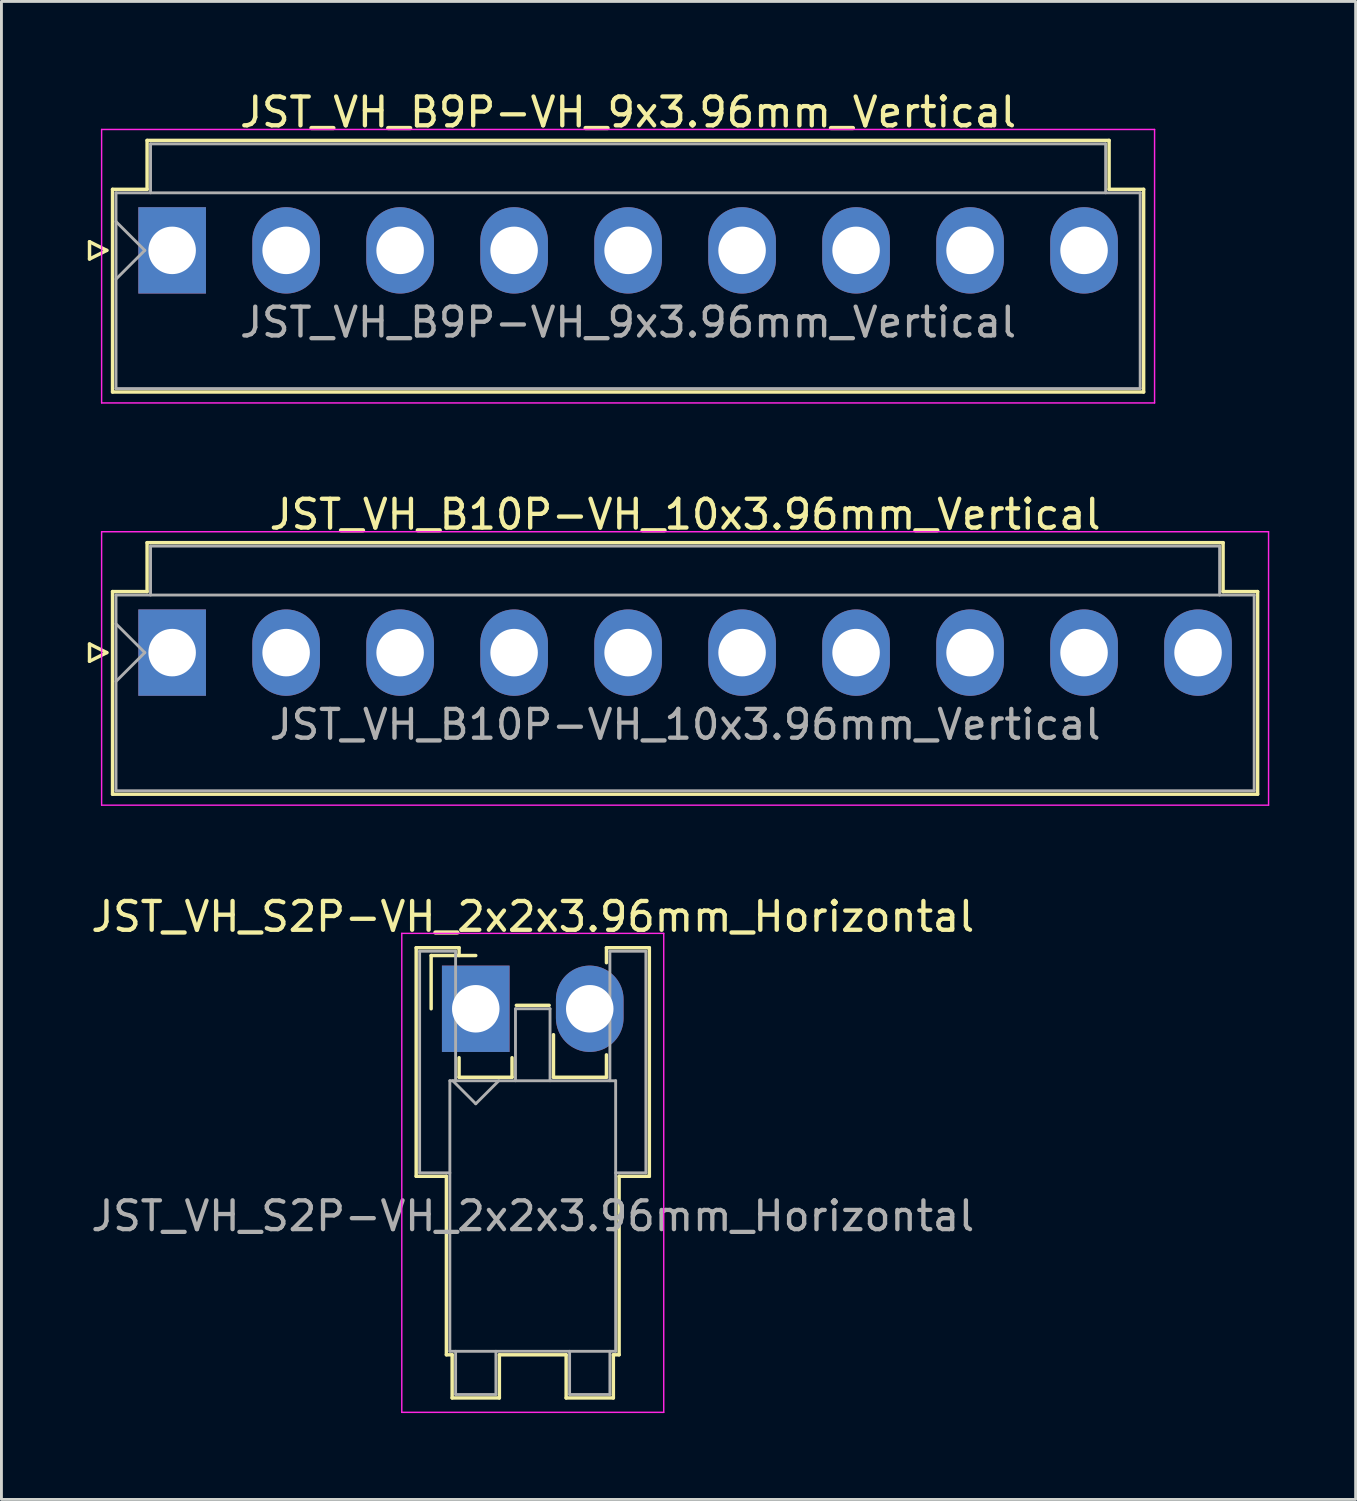
<source format=kicad_pcb>
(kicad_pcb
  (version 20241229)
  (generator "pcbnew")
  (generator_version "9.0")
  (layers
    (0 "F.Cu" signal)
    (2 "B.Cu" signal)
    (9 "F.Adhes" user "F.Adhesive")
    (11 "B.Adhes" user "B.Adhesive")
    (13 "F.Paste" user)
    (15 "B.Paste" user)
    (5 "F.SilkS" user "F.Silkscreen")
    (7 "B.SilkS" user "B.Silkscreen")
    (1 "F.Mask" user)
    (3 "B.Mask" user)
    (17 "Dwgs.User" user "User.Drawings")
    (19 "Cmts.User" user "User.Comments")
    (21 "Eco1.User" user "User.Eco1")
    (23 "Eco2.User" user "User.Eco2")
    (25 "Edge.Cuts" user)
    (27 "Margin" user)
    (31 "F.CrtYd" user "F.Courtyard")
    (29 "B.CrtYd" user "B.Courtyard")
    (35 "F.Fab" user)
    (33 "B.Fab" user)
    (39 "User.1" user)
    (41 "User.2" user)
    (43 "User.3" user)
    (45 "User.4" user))
  (footprint "JST_VH_B10P-VH_10x3.96mm_Vertical"
    (layer "F.Cu")
    (at 2.93 19.622)
    (property "Reference" "JST_VH_B10P-VH_10x3.96mm_Vertical" (at 17.82 -4.8 0) (layer "F.SilkS") (effects (font (size 1 1) (thickness 0.15))))
    (attr through_hole)
    (fp_line (start -2.87 -0.3) (end -2.27 0) (stroke (width 0.12) (type solid)) (layer "F.SilkS"))
    (fp_line (start -2.87 0.3) (end -2.87 -0.3) (stroke (width 0.12) (type solid)) (layer "F.SilkS"))
    (fp_line (start -2.27 0) (end -2.87 0.3) (stroke (width 0.12) (type solid)) (layer "F.SilkS"))
    (fp_line (start -2.07 -2.12) (end -0.87 -2.12) (stroke (width 0.12) (type solid)) (layer "F.SilkS"))
    (fp_line (start -2.07 4.92) (end -2.07 -2.12) (stroke (width 0.12) (type solid)) (layer "F.SilkS"))
    (fp_line (start -0.87 -3.82) (end 36.51 -3.82) (stroke (width 0.12) (type solid)) (layer "F.SilkS"))
    (fp_line (start -0.87 -2.12) (end -0.87 -3.82) (stroke (width 0.12) (type solid)) (layer "F.SilkS"))
    (fp_line (start 36.51 -3.82) (end 36.51 -2.12) (stroke (width 0.12) (type solid)) (layer "F.SilkS"))
    (fp_line (start 36.51 -2.12) (end 37.71 -2.12) (stroke (width 0.12) (type solid)) (layer "F.SilkS"))
    (fp_line (start 37.71 -2.12) (end 37.71 4.92) (stroke (width 0.12) (type solid)) (layer "F.SilkS"))
    (fp_line (start 37.71 4.92) (end -2.07 4.92) (stroke (width 0.12) (type solid)) (layer "F.SilkS"))
    (fp_line (start -2.45 -4.2) (end -2.45 5.3) (stroke (width 0.05) (type solid)) (layer "F.CrtYd"))
    (fp_line (start -2.45 5.3) (end 38.09 5.3) (stroke (width 0.05) (type solid)) (layer "F.CrtYd"))
    (fp_line (start 38.09 -4.2) (end -2.45 -4.2) (stroke (width 0.05) (type solid)) (layer "F.CrtYd"))
    (fp_line (start 38.09 5.3) (end 38.09 -4.2) (stroke (width 0.05) (type solid)) (layer "F.CrtYd"))
    (fp_line (start -1.95 -2) (end -1.95 4.8) (stroke (width 0.1) (type solid)) (layer "F.Fab"))
    (fp_line (start -1.95 -1) (end -0.95 0) (stroke (width 0.1) (type solid)) (layer "F.Fab"))
    (fp_line (start -1.95 1) (end -0.95 0) (stroke (width 0.1) (type solid)) (layer "F.Fab"))
    (fp_line (start -1.95 4.8) (end 37.59 4.8) (stroke (width 0.1) (type solid)) (layer "F.Fab"))
    (fp_line (start -0.75 -3.7) (end 36.39 -3.7) (stroke (width 0.1) (type solid)) (layer "F.Fab"))
    (fp_line (start -0.75 -2) (end -0.75 -3.7) (stroke (width 0.1) (type solid)) (layer "F.Fab"))
    (fp_line (start 36.39 -3.7) (end 36.39 -2) (stroke (width 0.1) (type solid)) (layer "F.Fab"))
    (fp_line (start 37.59 -2) (end -1.95 -2) (stroke (width 0.1) (type solid)) (layer "F.Fab"))
    (fp_line (start 37.59 4.8) (end 37.59 -2) (stroke (width 0.1) (type solid)) (layer "F.Fab"))
    (fp_text user "${REFERENCE}" (at 17.82 2.5 0) (layer "F.Fab") (effects (font (size 1 1) (thickness 0.15))))
    (pad "1" thru_hole rect (at 0 0) (size 2.35 3) (drill 1.65) (layers "*.Cu" "*.Mask"))
    (pad "2" thru_hole oval (at 3.96 0) (size 2.35 3) (drill 1.65) (layers "*.Cu" "*.Mask"))
    (pad "3" thru_hole oval (at 7.92 0) (size 2.35 3) (drill 1.65) (layers "*.Cu" "*.Mask"))
    (pad "4" thru_hole oval (at 11.88 0) (size 2.35 3) (drill 1.65) (layers "*.Cu" "*.Mask"))
    (pad "5" thru_hole oval (at 15.84 0) (size 2.35 3) (drill 1.65) (layers "*.Cu" "*.Mask"))
    (pad "6" thru_hole oval (at 19.8 0) (size 2.35 3) (drill 1.65) (layers "*.Cu" "*.Mask"))
    (pad "7" thru_hole oval (at 23.76 0) (size 2.35 3) (drill 1.65) (layers "*.Cu" "*.Mask"))
    (pad "8" thru_hole oval (at 27.72 0) (size 2.35 3) (drill 1.65) (layers "*.Cu" "*.Mask"))
    (pad "9" thru_hole oval (at 31.68 0) (size 2.35 3) (drill 1.65) (layers "*.Cu" "*.Mask"))
    (pad "10" thru_hole oval (at 35.64 0) (size 2.35 3) (drill 1.65) (layers "*.Cu" "*.Mask")))
  (footprint "JST_VH_B9P-VH_9x3.96mm_Vertical"
    (layer "F.Cu")
    (at 2.93 5.648)
    (property "Reference" "JST_VH_B9P-VH_9x3.96mm_Vertical" (at 15.84 -4.8 0) (layer "F.SilkS") (effects (font (size 1 1) (thickness 0.15))))
    (attr through_hole)
    (fp_line (start -2.87 -0.3) (end -2.27 0) (stroke (width 0.12) (type solid)) (layer "F.SilkS"))
    (fp_line (start -2.87 0.3) (end -2.87 -0.3) (stroke (width 0.12) (type solid)) (layer "F.SilkS"))
    (fp_line (start -2.27 0) (end -2.87 0.3) (stroke (width 0.12) (type solid)) (layer "F.SilkS"))
    (fp_line (start -2.07 -2.12) (end -0.87 -2.12) (stroke (width 0.12) (type solid)) (layer "F.SilkS"))
    (fp_line (start -2.07 4.92) (end -2.07 -2.12) (stroke (width 0.12) (type solid)) (layer "F.SilkS"))
    (fp_line (start -0.87 -3.82) (end 32.55 -3.82) (stroke (width 0.12) (type solid)) (layer "F.SilkS"))
    (fp_line (start -0.87 -2.12) (end -0.87 -3.82) (stroke (width 0.12) (type solid)) (layer "F.SilkS"))
    (fp_line (start 32.55 -3.82) (end 32.55 -2.12) (stroke (width 0.12) (type solid)) (layer "F.SilkS"))
    (fp_line (start 32.55 -2.12) (end 33.75 -2.12) (stroke (width 0.12) (type solid)) (layer "F.SilkS"))
    (fp_line (start 33.75 -2.12) (end 33.75 4.92) (stroke (width 0.12) (type solid)) (layer "F.SilkS"))
    (fp_line (start 33.75 4.92) (end -2.07 4.92) (stroke (width 0.12) (type solid)) (layer "F.SilkS"))
    (fp_line (start -2.45 -4.2) (end -2.45 5.3) (stroke (width 0.05) (type solid)) (layer "F.CrtYd"))
    (fp_line (start -2.45 5.3) (end 34.13 5.3) (stroke (width 0.05) (type solid)) (layer "F.CrtYd"))
    (fp_line (start 34.13 -4.2) (end -2.45 -4.2) (stroke (width 0.05) (type solid)) (layer "F.CrtYd"))
    (fp_line (start 34.13 5.3) (end 34.13 -4.2) (stroke (width 0.05) (type solid)) (layer "F.CrtYd"))
    (fp_line (start -1.95 -2) (end -1.95 4.8) (stroke (width 0.1) (type solid)) (layer "F.Fab"))
    (fp_line (start -1.95 -1) (end -0.95 0) (stroke (width 0.1) (type solid)) (layer "F.Fab"))
    (fp_line (start -1.95 1) (end -0.95 0) (stroke (width 0.1) (type solid)) (layer "F.Fab"))
    (fp_line (start -1.95 4.8) (end 33.63 4.8) (stroke (width 0.1) (type solid)) (layer "F.Fab"))
    (fp_line (start -0.75 -3.7) (end 32.43 -3.7) (stroke (width 0.1) (type solid)) (layer "F.Fab"))
    (fp_line (start -0.75 -2) (end -0.75 -3.7) (stroke (width 0.1) (type solid)) (layer "F.Fab"))
    (fp_line (start 32.43 -3.7) (end 32.43 -2) (stroke (width 0.1) (type solid)) (layer "F.Fab"))
    (fp_line (start 33.63 -2) (end -1.95 -2) (stroke (width 0.1) (type solid)) (layer "F.Fab"))
    (fp_line (start 33.63 4.8) (end 33.63 -2) (stroke (width 0.1) (type solid)) (layer "F.Fab"))
    (fp_text user "${REFERENCE}" (at 15.84 2.5 0) (layer "F.Fab") (effects (font (size 1 1) (thickness 0.15))))
    (pad "1" thru_hole rect (at 0 0) (size 2.35 3) (drill 1.65) (layers "*.Cu" "*.Mask"))
    (pad "2" thru_hole oval (at 3.96 0) (size 2.35 3) (drill 1.65) (layers "*.Cu" "*.Mask"))
    (pad "3" thru_hole oval (at 7.92 0) (size 2.35 3) (drill 1.65) (layers "*.Cu" "*.Mask"))
    (pad "4" thru_hole oval (at 11.88 0) (size 2.35 3) (drill 1.65) (layers "*.Cu" "*.Mask"))
    (pad "5" thru_hole oval (at 15.84 0) (size 2.35 3) (drill 1.65) (layers "*.Cu" "*.Mask"))
    (pad "6" thru_hole oval (at 19.8 0) (size 2.35 3) (drill 1.65) (layers "*.Cu" "*.Mask"))
    (pad "7" thru_hole oval (at 23.76 0) (size 2.35 3) (drill 1.65) (layers "*.Cu" "*.Mask"))
    (pad "8" thru_hole oval (at 27.72 0) (size 2.35 3) (drill 1.65) (layers "*.Cu" "*.Mask"))
    (pad "9" thru_hole oval (at 31.68 0) (size 2.35 3) (drill 1.65) (layers "*.Cu" "*.Mask")))
  (footprint "JST_VH_S2P-VH_2x2x3.96mm_Horizontal"
    (layer "F.Cu")
    (at 13.478 31.995)
    (property "Reference" "JST_VH_S2P-VH_2x2x3.96mm_Horizontal" (at 1.98 -3.2 0) (layer "F.SilkS") (effects (font (size 1 1) (thickness 0.15))))
    (attr through_hole)
    (fp_line (start -2.07 -2.12) (end -0.58 -2.12) (stroke (width 0.12) (type solid)) (layer "F.SilkS"))
    (fp_line (start -2.07 5.82) (end -2.07 -2.12) (stroke (width 0.12) (type solid)) (layer "F.SilkS"))
    (fp_line (start -1.55 -1.85) (end -1.55 0) (stroke (width 0.12) (type solid)) (layer "F.SilkS"))
    (fp_line (start -1.02 5.82) (end -2.07 5.82) (stroke (width 0.12) (type solid)) (layer "F.SilkS"))
    (fp_line (start -1.02 5.82) (end -1.02 12.02) (stroke (width 0.12) (type solid)) (layer "F.SilkS"))
    (fp_line (start -1.02 12.02) (end -0.82 12.02) (stroke (width 0.12) (type solid)) (layer "F.SilkS"))
    (fp_line (start -0.82 12.02) (end -0.82 13.52) (stroke (width 0.12) (type solid)) (layer "F.SilkS"))
    (fp_line (start -0.82 13.52) (end 0.82 13.52) (stroke (width 0.12) (type solid)) (layer "F.SilkS"))
    (fp_line (start -0.58 -2.12) (end -0.58 -1.85) (stroke (width 0.12) (type solid)) (layer "F.SilkS"))
    (fp_line (start -0.58 1.7) (end -0.58 2.38) (stroke (width 0.12) (type solid)) (layer "F.SilkS"))
    (fp_line (start -0.58 2.38) (end 1.26 2.38) (stroke (width 0.12) (type solid)) (layer "F.SilkS"))
    (fp_line (start 0 -1.85) (end -1.55 -1.85) (stroke (width 0.12) (type solid)) (layer "F.SilkS"))
    (fp_line (start 0.82 12.02) (end 3.14 12.02) (stroke (width 0.12) (type solid)) (layer "F.SilkS"))
    (fp_line (start 0.82 13.52) (end 0.82 12.02) (stroke (width 0.12) (type solid)) (layer "F.SilkS"))
    (fp_line (start 1.26 2.38) (end 1.26 1.7) (stroke (width 0.12) (type solid)) (layer "F.SilkS"))
    (fp_line (start 1.41 -0.12) (end 2.55 -0.12) (stroke (width 0.12) (type solid)) (layer "F.SilkS"))
    (fp_line (start 2.7 0.9) (end 2.7 2.38) (stroke (width 0.12) (type solid)) (layer "F.SilkS"))
    (fp_line (start 2.7 2.38) (end 4.54 2.38) (stroke (width 0.12) (type solid)) (layer "F.SilkS"))
    (fp_line (start 3.14 12.02) (end 3.14 13.52) (stroke (width 0.12) (type solid)) (layer "F.SilkS"))
    (fp_line (start 3.14 13.52) (end 4.78 13.52) (stroke (width 0.12) (type solid)) (layer "F.SilkS"))
    (fp_line (start 4.54 -2.12) (end 6.03 -2.12) (stroke (width 0.12) (type solid)) (layer "F.SilkS"))
    (fp_line (start 4.54 -1.6) (end 4.54 -2.12) (stroke (width 0.12) (type solid)) (layer "F.SilkS"))
    (fp_line (start 4.54 2.38) (end 4.54 1.6) (stroke (width 0.12) (type solid)) (layer "F.SilkS"))
    (fp_line (start 4.78 12.02) (end 4.98 12.02) (stroke (width 0.12) (type solid)) (layer "F.SilkS"))
    (fp_line (start 4.78 13.52) (end 4.78 12.02) (stroke (width 0.12) (type solid)) (layer "F.SilkS"))
    (fp_line (start 4.98 12.02) (end 4.98 5.82) (stroke (width 0.12) (type solid)) (layer "F.SilkS"))
    (fp_line (start 6.03 -2.12) (end 6.03 5.82) (stroke (width 0.12) (type solid)) (layer "F.SilkS"))
    (fp_line (start 6.03 5.82) (end 4.98 5.82) (stroke (width 0.12) (type solid)) (layer "F.SilkS"))
    (fp_line (start -2.57 -2.62) (end -2.57 14.02) (stroke (width 0.05) (type solid)) (layer "F.CrtYd"))
    (fp_line (start -2.57 14.02) (end 6.53 14.02) (stroke (width 0.05) (type solid)) (layer "F.CrtYd"))
    (fp_line (start 6.53 -2.62) (end -2.57 -2.62) (stroke (width 0.05) (type solid)) (layer "F.CrtYd"))
    (fp_line (start 6.53 14.02) (end 6.53 -2.62) (stroke (width 0.05) (type solid)) (layer "F.CrtYd"))
    (fp_line (start -1.95 -2) (end -0.7 -2) (stroke (width 0.1) (type solid)) (layer "F.Fab"))
    (fp_line (start -1.95 5.7) (end -1.95 -2) (stroke (width 0.1) (type solid)) (layer "F.Fab"))
    (fp_line (start -0.9 2.5) (end -0.9 11.9) (stroke (width 0.1) (type solid)) (layer "F.Fab"))
    (fp_line (start -0.9 5.7) (end -1.95 5.7) (stroke (width 0.1) (type solid)) (layer "F.Fab"))
    (fp_line (start -0.9 11.9) (end 4.86 11.9) (stroke (width 0.1) (type solid)) (layer "F.Fab"))
    (fp_line (start -0.8 2.5) (end 0 3.3) (stroke (width 0.1) (type solid)) (layer "F.Fab"))
    (fp_line (start -0.7 -2) (end -0.7 2.5) (stroke (width 0.1) (type solid)) (layer "F.Fab"))
    (fp_line (start -0.7 11.9) (end -0.7 13.4) (stroke (width 0.1) (type solid)) (layer "F.Fab"))
    (fp_line (start -0.7 13.4) (end 0.7 13.4) (stroke (width 0.1) (type solid)) (layer "F.Fab"))
    (fp_line (start 0 3.3) (end 0.8 2.5) (stroke (width 0.1) (type solid)) (layer "F.Fab"))
    (fp_line (start 0.7 13.4) (end 0.7 11.9) (stroke (width 0.1) (type solid)) (layer "F.Fab"))
    (fp_line (start 1.38 0) (end 2.58 0) (stroke (width 0.1) (type solid)) (layer "F.Fab"))
    (fp_line (start 1.38 2.5) (end 1.38 0) (stroke (width 0.1) (type solid)) (layer "F.Fab"))
    (fp_line (start 2.58 0) (end 2.58 2.5) (stroke (width 0.1) (type solid)) (layer "F.Fab"))
    (fp_line (start 3.26 11.9) (end 3.26 13.4) (stroke (width 0.1) (type solid)) (layer "F.Fab"))
    (fp_line (start 3.26 13.4) (end 4.66 13.4) (stroke (width 0.1) (type solid)) (layer "F.Fab"))
    (fp_line (start 4.66 -2) (end 5.91 -2) (stroke (width 0.1) (type solid)) (layer "F.Fab"))
    (fp_line (start 4.66 2.5) (end 4.66 -2) (stroke (width 0.1) (type solid)) (layer "F.Fab"))
    (fp_line (start 4.66 13.4) (end 4.66 11.9) (stroke (width 0.1) (type solid)) (layer "F.Fab"))
    (fp_line (start 4.86 2.5) (end -0.9 2.5) (stroke (width 0.1) (type solid)) (layer "F.Fab"))
    (fp_line (start 4.86 11.9) (end 4.86 2.5) (stroke (width 0.1) (type solid)) (layer "F.Fab"))
    (fp_line (start 5.91 -2) (end 5.91 5.7) (stroke (width 0.1) (type solid)) (layer "F.Fab"))
    (fp_line (start 5.91 5.7) (end 4.86 5.7) (stroke (width 0.1) (type solid)) (layer "F.Fab"))
    (fp_text user "${REFERENCE}" (at 1.98 7.2 0) (layer "F.Fab") (effects (font (size 1 1) (thickness 0.15))))
    (pad "1" thru_hole rect (at 0 0) (size 2.35 3) (drill 1.65) (layers "*.Cu" "*.Mask"))
    (pad "2" thru_hole oval (at 3.96 0) (size 2.35 3) (drill 1.65) (layers "*.Cu" "*.Mask")))
  (gr_rect
    (start -3 -3)
    (end 44.045 49.04)
    (stroke (width 0.1) (type default))
    (fill no)
    (layer "Edge.Cuts")))
</source>
